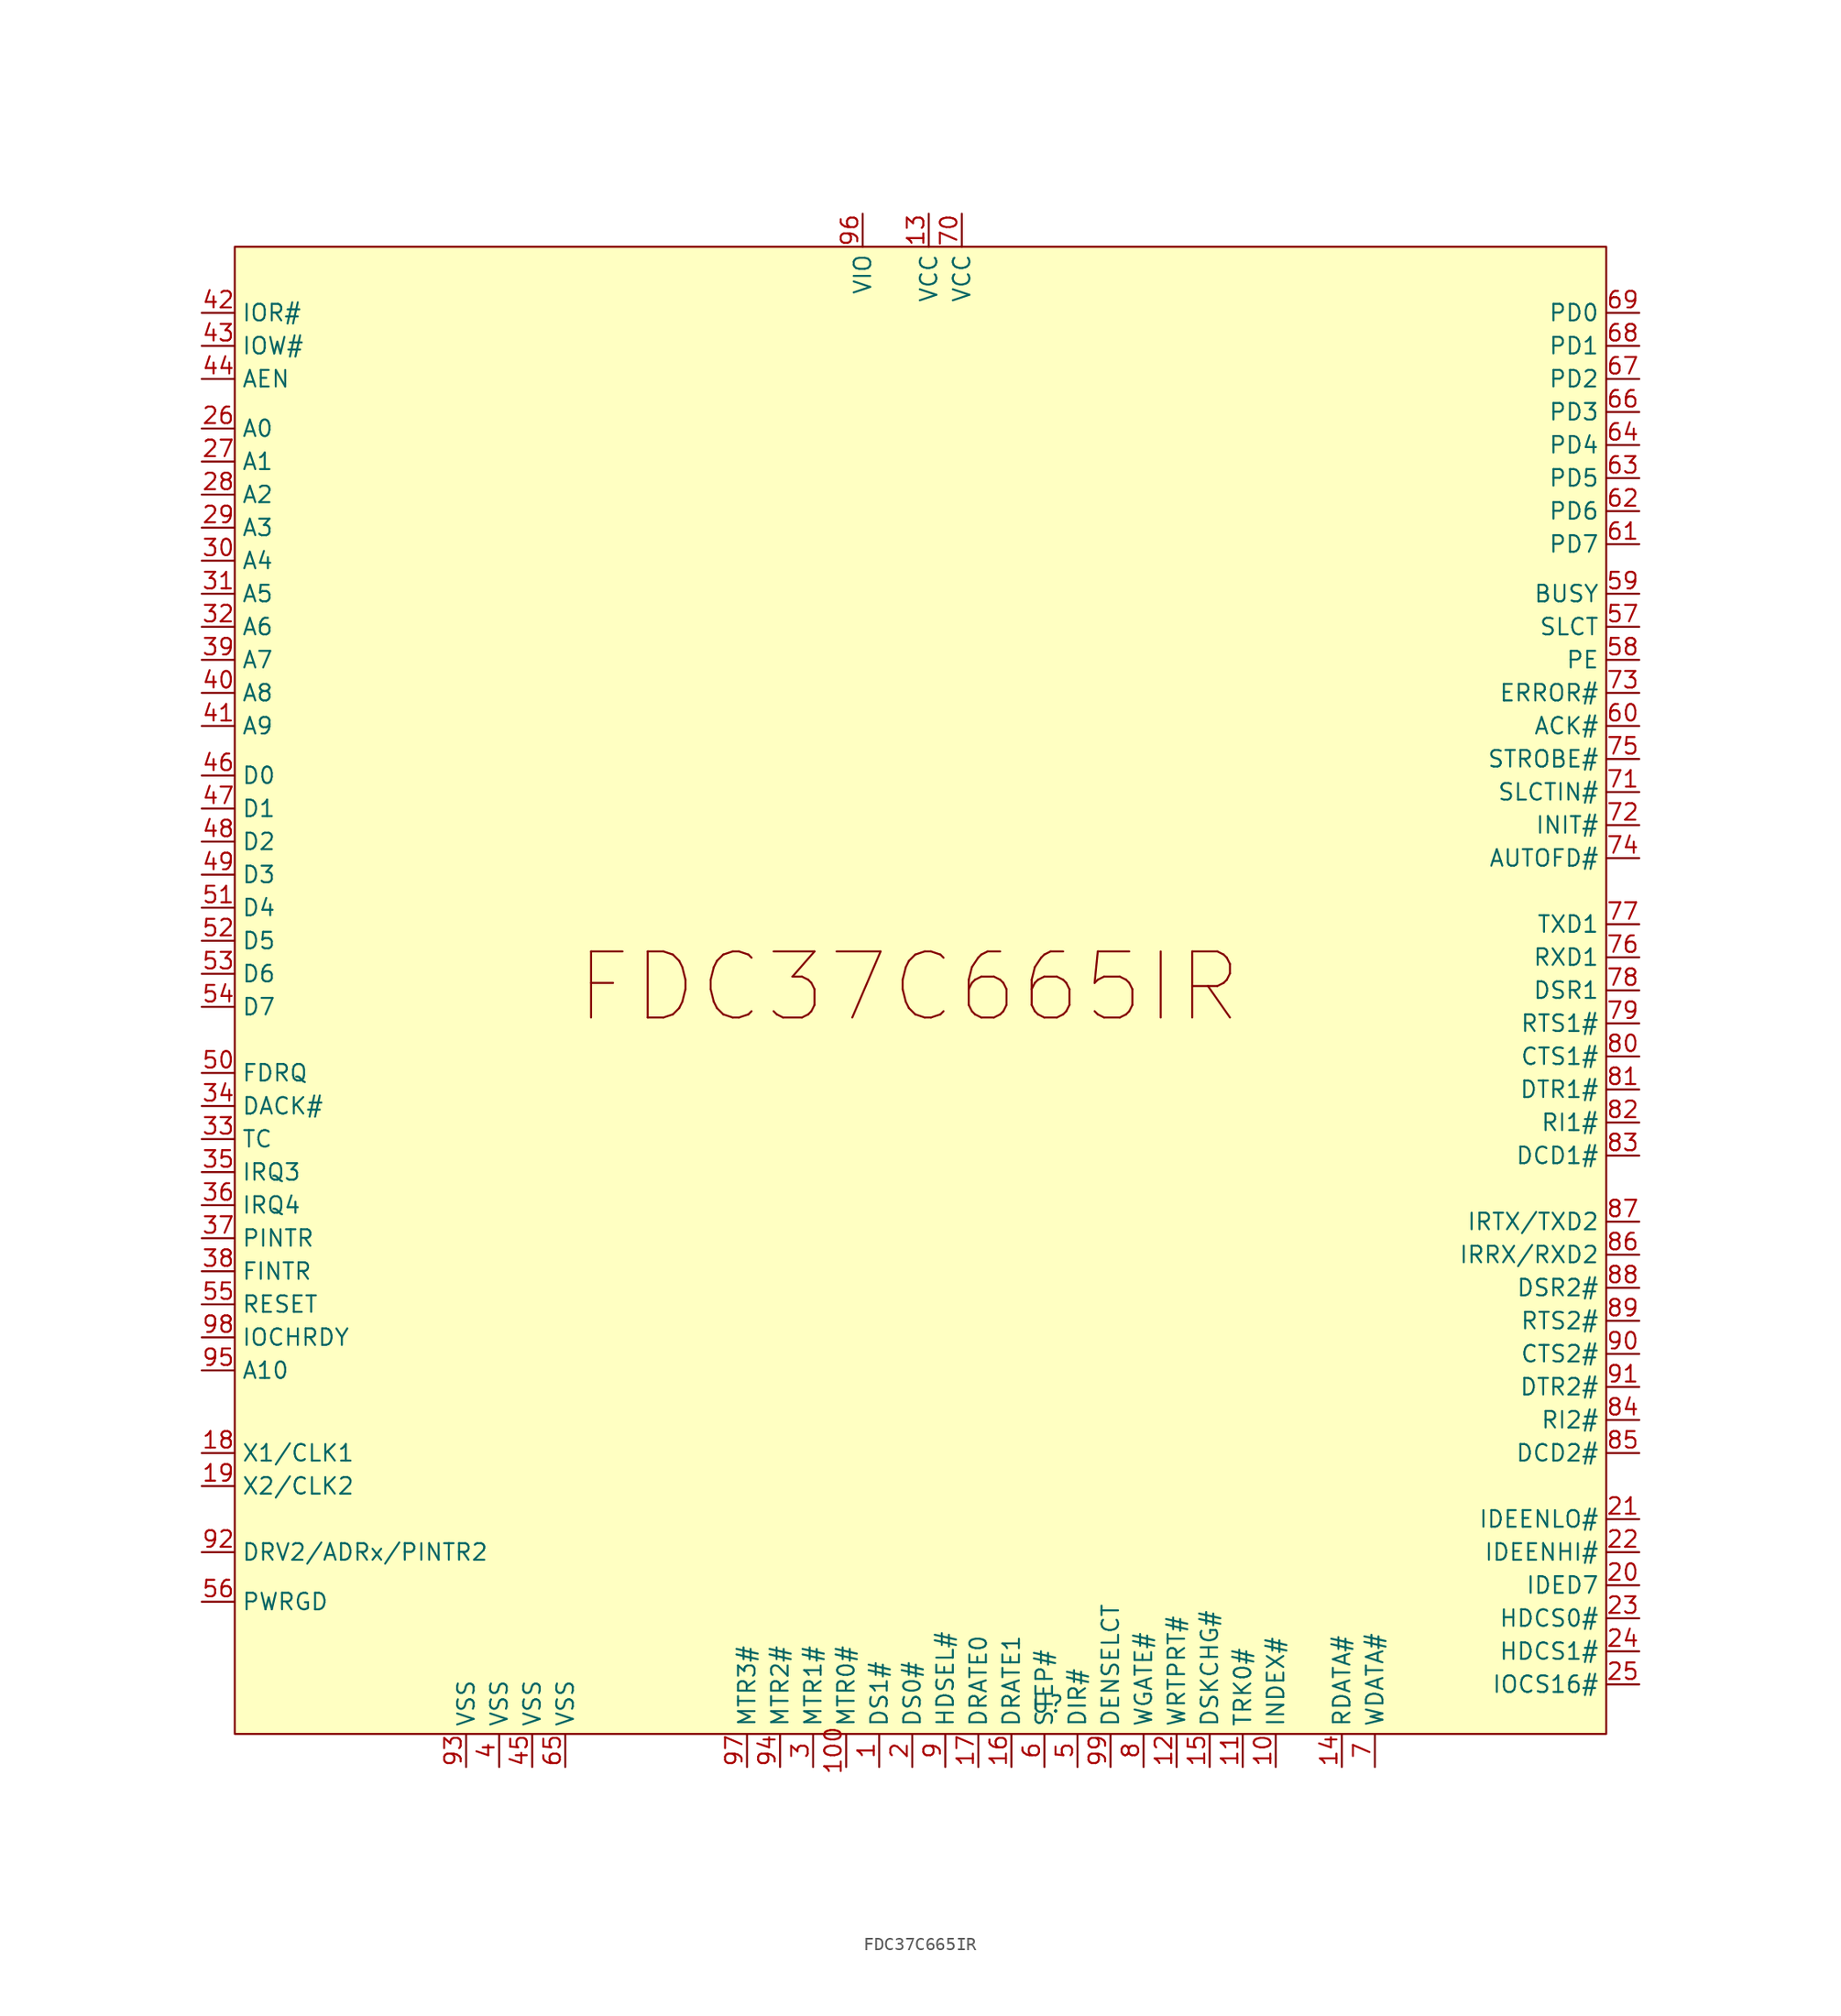
<source format=kicad_sym>
(kicad_symbol_lib
  (version 20241209)
  (generator "kicad_symbol_editor")
  (generator_version "9.0")
  (symbol "FDC37C665IR"
    (property "Reference" "U"
      (at 10.414 -54.864 0)
      (effects (font (size 1.27 1.27))))
    (property "Value" ""
      (at 0 0 0)
      (effects (font (size 1.27 1.27))))
    (symbol "FDC37C665IR_1_1"
      (rectangle (start -52.07 57.15) (end 53.34 -57.15) (stroke (width 0) (type solid)) (fill (type color) (color 255 255 194 1)))
      (text "FDC37C665IR" (at -0.254 0.254 0) (effects (font (size 5.08 5.08))))
      (pin input line (at -54.61 52.07 0) (length 2.54) (name "IOR#" (effects (font (size 1.27 1.27)))) (number "42" (effects (font (size 1.27 1.27)))))
      (pin input line (at -54.61 49.53 0) (length 2.54) (name "IOW#" (effects (font (size 1.27 1.27)))) (number "43" (effects (font (size 1.27 1.27)))))
      (pin input line (at -54.61 46.99 0) (length 2.54) (name "AEN" (effects (font (size 1.27 1.27)))) (number "44" (effects (font (size 1.27 1.27)))))
      (pin input line (at -54.61 43.18 0) (length 2.54) (name "A0" (effects (font (size 1.27 1.27)))) (number "26" (effects (font (size 1.27 1.27)))))
      (pin input line (at -54.61 40.64 0) (length 2.54) (name "A1" (effects (font (size 1.27 1.27)))) (number "27" (effects (font (size 1.27 1.27)))))
      (pin input line (at -54.61 38.1 0) (length 2.54) (name "A2" (effects (font (size 1.27 1.27)))) (number "28" (effects (font (size 1.27 1.27)))))
      (pin input line (at -54.61 35.56 0) (length 2.54) (name "A3" (effects (font (size 1.27 1.27)))) (number "29" (effects (font (size 1.27 1.27)))))
      (pin input line (at -54.61 33.02 0) (length 2.54) (name "A4" (effects (font (size 1.27 1.27)))) (number "30" (effects (font (size 1.27 1.27)))))
      (pin input line (at -54.61 30.48 0) (length 2.54) (name "A5" (effects (font (size 1.27 1.27)))) (number "31" (effects (font (size 1.27 1.27)))))
      (pin input line (at -54.61 27.94 0) (length 2.54) (name "A6" (effects (font (size 1.27 1.27)))) (number "32" (effects (font (size 1.27 1.27)))))
      (pin input line (at -54.61 25.4 0) (length 2.54) (name "A7" (effects (font (size 1.27 1.27)))) (number "39" (effects (font (size 1.27 1.27)))))
      (pin input line (at -54.61 22.86 0) (length 2.54) (name "A8" (effects (font (size 1.27 1.27)))) (number "40" (effects (font (size 1.27 1.27)))))
      (pin input line (at -54.61 20.32 0) (length 2.54) (name "A9" (effects (font (size 1.27 1.27)))) (number "41" (effects (font (size 1.27 1.27)))))
      (pin bidirectional line (at -54.61 16.51 0) (length 2.54) (name "D0" (effects (font (size 1.27 1.27)))) (number "46" (effects (font (size 1.27 1.27)))))
      (pin bidirectional line (at -54.61 13.97 0) (length 2.54) (name "D1" (effects (font (size 1.27 1.27)))) (number "47" (effects (font (size 1.27 1.27)))))
      (pin bidirectional line (at -54.61 11.43 0) (length 2.54) (name "D2" (effects (font (size 1.27 1.27)))) (number "48" (effects (font (size 1.27 1.27)))))
      (pin bidirectional line (at -54.61 8.89 0) (length 2.54) (name "D3" (effects (font (size 1.27 1.27)))) (number "49" (effects (font (size 1.27 1.27)))))
      (pin bidirectional line (at -54.61 6.35 0) (length 2.54) (name "D4" (effects (font (size 1.27 1.27)))) (number "51" (effects (font (size 1.27 1.27)))))
      (pin bidirectional line (at -54.61 3.81 0) (length 2.54) (name "D5" (effects (font (size 1.27 1.27)))) (number "52" (effects (font (size 1.27 1.27)))))
      (pin bidirectional line (at -54.61 1.27 0) (length 2.54) (name "D6" (effects (font (size 1.27 1.27)))) (number "53" (effects (font (size 1.27 1.27)))))
      (pin bidirectional line (at -54.61 -1.27 0) (length 2.54) (name "D7" (effects (font (size 1.27 1.27)))) (number "54" (effects (font (size 1.27 1.27)))))
      (pin output line (at -54.61 -6.35 0) (length 2.54) (name "FDRQ" (effects (font (size 1.27 1.27)))) (number "50" (effects (font (size 1.27 1.27)))))
      (pin input line (at -54.61 -8.89 0) (length 2.54) (name "DACK#" (effects (font (size 1.27 1.27)))) (number "34" (effects (font (size 1.27 1.27)))))
      (pin input line (at -54.61 -11.43 0) (length 2.54) (name "TC" (effects (font (size 1.27 1.27)))) (number "33" (effects (font (size 1.27 1.27)))))
      (pin input line (at -54.61 -13.97 0) (length 2.54) (name "IRQ3" (effects (font (size 1.27 1.27)))) (number "35" (effects (font (size 1.27 1.27)))))
      (pin input line (at -54.61 -16.51 0) (length 2.54) (name "IRQ4" (effects (font (size 1.27 1.27)))) (number "36" (effects (font (size 1.27 1.27)))))
      (pin input line (at -54.61 -19.05 0) (length 2.54) (name "PINTR" (effects (font (size 1.27 1.27)))) (number "37" (effects (font (size 1.27 1.27)))))
      (pin output line (at -54.61 -21.59 0) (length 2.54) (name "FINTR" (effects (font (size 1.27 1.27)))) (number "38" (effects (font (size 1.27 1.27)))))
      (pin input line (at -54.61 -24.13 0) (length 2.54) (name "RESET" (effects (font (size 1.27 1.27)))) (number "55" (effects (font (size 1.27 1.27)))))
      (pin input line (at -54.61 -26.67 0) (length 2.54) (name "IOCHRDY" (effects (font (size 1.27 1.27)))) (number "98" (effects (font (size 1.27 1.27)))))
      (pin input line (at -54.61 -29.21 0) (length 2.54) (name "A10" (effects (font (size 1.27 1.27)))) (number "95" (effects (font (size 1.27 1.27)))))
      (pin input line (at -54.61 -35.56 0) (length 2.54) (name "X1/CLK1" (effects (font (size 1.27 1.27)))) (number "18" (effects (font (size 1.27 1.27)))))
      (pin output line (at -54.61 -38.1 0) (length 2.54) (name "X2/CLK2" (effects (font (size 1.27 1.27)))) (number "19" (effects (font (size 1.27 1.27)))))
      (pin bidirectional line (at -54.61 -43.18 0) (length 2.54) (name "DRV2/ADRx/PINTR2" (effects (font (size 1.27 1.27)))) (number "92" (effects (font (size 1.27 1.27)))))
      (pin input line (at -54.61 -46.99 0) (length 2.54) (name "PWRGD" (effects (font (size 1.27 1.27)))) (number "56" (effects (font (size 1.27 1.27)))))
      (pin power_in line (at -34.29 -59.69 90) (length 2.54) (name "VSS" (effects (font (size 1.27 1.27)))) (number "93" (effects (font (size 1.27 1.27)))))
      (pin power_in line (at -31.75 -59.69 90) (length 2.54) (name "VSS" (effects (font (size 1.27 1.27)))) (number "4" (effects (font (size 1.27 1.27)))))
      (pin power_in line (at -29.21 -59.69 90) (length 2.54) (name "VSS" (effects (font (size 1.27 1.27)))) (number "45" (effects (font (size 1.27 1.27)))))
      (pin power_in line (at -26.67 -59.69 90) (length 2.54) (name "VSS" (effects (font (size 1.27 1.27)))) (number "65" (effects (font (size 1.27 1.27)))))
      (pin output line (at -12.7 -59.69 90) (length 2.54) (name "MTR3#" (effects (font (size 1.27 1.27)))) (number "97" (effects (font (size 1.27 1.27)))))
      (pin output line (at -10.16 -59.69 90) (length 2.54) (name "MTR2#" (effects (font (size 1.27 1.27)))) (number "94" (effects (font (size 1.27 1.27)))))
      (pin output line (at -7.62 -59.69 90) (length 2.54) (name "MTR1#" (effects (font (size 1.27 1.27)))) (number "3" (effects (font (size 1.27 1.27)))))
      (pin output line (at -5.08 -59.69 90) (length 2.54) (name "MTR0#" (effects (font (size 1.27 1.27)))) (number "100" (effects (font (size 1.27 1.27)))))
      (pin power_in line (at -3.81 59.69 270) (length 2.54) (name "VIO" (effects (font (size 1.27 1.27)))) (number "96" (effects (font (size 1.27 1.27)))))
      (pin output line (at -2.54 -59.69 90) (length 2.54) (name "DS1#" (effects (font (size 1.27 1.27)))) (number "1" (effects (font (size 1.27 1.27)))))
      (pin output line (at 0 -59.69 90) (length 2.54) (name "DS0#" (effects (font (size 1.27 1.27)))) (number "2" (effects (font (size 1.27 1.27)))))
      (pin power_in line (at 1.27 59.69 270) (length 2.54) (name "VCC" (effects (font (size 1.27 1.27)))) (number "13" (effects (font (size 1.27 1.27)))))
      (pin output line (at 2.54 -59.69 90) (length 2.54) (name "HDSEL#" (effects (font (size 1.27 1.27)))) (number "9" (effects (font (size 1.27 1.27)))))
      (pin power_in line (at 3.81 59.69 270) (length 2.54) (name "VCC" (effects (font (size 1.27 1.27)))) (number "70" (effects (font (size 1.27 1.27)))))
      (pin output line (at 5.08 -59.69 90) (length 2.54) (name "DRATE0" (effects (font (size 1.27 1.27)))) (number "17" (effects (font (size 1.27 1.27)))))
      (pin output line (at 7.62 -59.69 90) (length 2.54) (name "DRATE1" (effects (font (size 1.27 1.27)))) (number "16" (effects (font (size 1.27 1.27)))))
      (pin output line (at 10.16 -59.69 90) (length 2.54) (name "STEP#" (effects (font (size 1.27 1.27)))) (number "6" (effects (font (size 1.27 1.27)))))
      (pin output line (at 12.7 -59.69 90) (length 2.54) (name "DIR#" (effects (font (size 1.27 1.27)))) (number "5" (effects (font (size 1.27 1.27)))))
      (pin output line (at 15.24 -59.69 90) (length 2.54) (name "DENSELCT" (effects (font (size 1.27 1.27)))) (number "99" (effects (font (size 1.27 1.27)))))
      (pin output line (at 17.78 -59.69 90) (length 2.54) (name "WGATE#" (effects (font (size 1.27 1.27)))) (number "8" (effects (font (size 1.27 1.27)))))
      (pin input line (at 20.32 -59.69 90) (length 2.54) (name "WRTPRT#" (effects (font (size 1.27 1.27)))) (number "12" (effects (font (size 1.27 1.27)))))
      (pin input line (at 22.86 -59.69 90) (length 2.54) (name "DSKCHG#" (effects (font (size 1.27 1.27)))) (number "15" (effects (font (size 1.27 1.27)))))
      (pin input line (at 25.4 -59.69 90) (length 2.54) (name "TRK0#" (effects (font (size 1.27 1.27)))) (number "11" (effects (font (size 1.27 1.27)))))
      (pin input line (at 27.94 -59.69 90) (length 2.54) (name "INDEX#" (effects (font (size 1.27 1.27)))) (number "10" (effects (font (size 1.27 1.27)))))
      (pin input line (at 33.02 -59.69 90) (length 2.54) (name "RDATA#" (effects (font (size 1.27 1.27)))) (number "14" (effects (font (size 1.27 1.27)))))
      (pin output line (at 35.56 -59.69 90) (length 2.54) (name "WDATA#" (effects (font (size 1.27 1.27)))) (number "7" (effects (font (size 1.27 1.27)))))
      (pin bidirectional line (at 55.88 52.07 180) (length 2.54) (name "PD0" (effects (font (size 1.27 1.27)))) (number "69" (effects (font (size 1.27 1.27)))))
      (pin bidirectional line (at 55.88 49.53 180) (length 2.54) (name "PD1" (effects (font (size 1.27 1.27)))) (number "68" (effects (font (size 1.27 1.27)))))
      (pin bidirectional line (at 55.88 46.99 180) (length 2.54) (name "PD2" (effects (font (size 1.27 1.27)))) (number "67" (effects (font (size 1.27 1.27)))))
      (pin bidirectional line (at 55.88 44.45 180) (length 2.54) (name "PD3" (effects (font (size 1.27 1.27)))) (number "66" (effects (font (size 1.27 1.27)))))
      (pin bidirectional line (at 55.88 41.91 180) (length 2.54) (name "PD4" (effects (font (size 1.27 1.27)))) (number "64" (effects (font (size 1.27 1.27)))))
      (pin bidirectional line (at 55.88 39.37 180) (length 2.54) (name "PD5" (effects (font (size 1.27 1.27)))) (number "63" (effects (font (size 1.27 1.27)))))
      (pin bidirectional line (at 55.88 36.83 180) (length 2.54) (name "PD6" (effects (font (size 1.27 1.27)))) (number "62" (effects (font (size 1.27 1.27)))))
      (pin bidirectional line (at 55.88 34.29 180) (length 2.54) (name "PD7" (effects (font (size 1.27 1.27)))) (number "61" (effects (font (size 1.27 1.27)))))
      (pin input line (at 55.88 30.48 180) (length 2.54) (name "BUSY" (effects (font (size 1.27 1.27)))) (number "59" (effects (font (size 1.27 1.27)))))
      (pin input line (at 55.88 27.94 180) (length 2.54) (name "SLCT" (effects (font (size 1.27 1.27)))) (number "57" (effects (font (size 1.27 1.27)))))
      (pin input line (at 55.88 25.4 180) (length 2.54) (name "PE" (effects (font (size 1.27 1.27)))) (number "58" (effects (font (size 1.27 1.27)))))
      (pin input line (at 55.88 22.86 180) (length 2.54) (name "ERROR#" (effects (font (size 1.27 1.27)))) (number "73" (effects (font (size 1.27 1.27)))))
      (pin input line (at 55.88 20.32 180) (length 2.54) (name "ACK#" (effects (font (size 1.27 1.27)))) (number "60" (effects (font (size 1.27 1.27)))))
      (pin output line (at 55.88 17.78 180) (length 2.54) (name "STROBE#" (effects (font (size 1.27 1.27)))) (number "75" (effects (font (size 1.27 1.27)))))
      (pin output line (at 55.88 15.24 180) (length 2.54) (name "SLCTIN#" (effects (font (size 1.27 1.27)))) (number "71" (effects (font (size 1.27 1.27)))))
      (pin output line (at 55.88 12.7 180) (length 2.54) (name "INIT#" (effects (font (size 1.27 1.27)))) (number "72" (effects (font (size 1.27 1.27)))))
      (pin output line (at 55.88 10.16 180) (length 2.54) (name "AUTOFD#" (effects (font (size 1.27 1.27)))) (number "74" (effects (font (size 1.27 1.27)))))
      (pin output line (at 55.88 5.08 180) (length 2.54) (name "TXD1" (effects (font (size 1.27 1.27)))) (number "77" (effects (font (size 1.27 1.27)))))
      (pin input line (at 55.88 2.54 180) (length 2.54) (name "RXD1" (effects (font (size 1.27 1.27)))) (number "76" (effects (font (size 1.27 1.27)))))
      (pin input line (at 55.88 0 180) (length 2.54) (name "DSR1" (effects (font (size 1.27 1.27)))) (number "78" (effects (font (size 1.27 1.27)))))
      (pin output line (at 55.88 -2.54 180) (length 2.54) (name "RTS1#" (effects (font (size 1.27 1.27)))) (number "79" (effects (font (size 1.27 1.27)))))
      (pin input line (at 55.88 -5.08 180) (length 2.54) (name "CTS1#" (effects (font (size 1.27 1.27)))) (number "80" (effects (font (size 1.27 1.27)))))
      (pin output line (at 55.88 -7.62 180) (length 2.54) (name "DTR1#" (effects (font (size 1.27 1.27)))) (number "81" (effects (font (size 1.27 1.27)))))
      (pin input line (at 55.88 -10.16 180) (length 2.54) (name "RI1#" (effects (font (size 1.27 1.27)))) (number "82" (effects (font (size 1.27 1.27)))))
      (pin input line (at 55.88 -12.7 180) (length 2.54) (name "DCD1#" (effects (font (size 1.27 1.27)))) (number "83" (effects (font (size 1.27 1.27)))))
      (pin output line (at 55.88 -17.78 180) (length 2.54) (name "IRTX/TXD2" (effects (font (size 1.27 1.27)))) (number "87" (effects (font (size 1.27 1.27)))))
      (pin input line (at 55.88 -20.32 180) (length 2.54) (name "IRRX/RXD2" (effects (font (size 1.27 1.27)))) (number "86" (effects (font (size 1.27 1.27)))))
      (pin input line (at 55.88 -22.86 180) (length 2.54) (name "DSR2#" (effects (font (size 1.27 1.27)))) (number "88" (effects (font (size 1.27 1.27)))))
      (pin output line (at 55.88 -25.4 180) (length 2.54) (name "RTS2#" (effects (font (size 1.27 1.27)))) (number "89" (effects (font (size 1.27 1.27)))))
      (pin input line (at 55.88 -27.94 180) (length 2.54) (name "CTS2#" (effects (font (size 1.27 1.27)))) (number "90" (effects (font (size 1.27 1.27)))))
      (pin output line (at 55.88 -30.48 180) (length 2.54) (name "DTR2#" (effects (font (size 1.27 1.27)))) (number "91" (effects (font (size 1.27 1.27)))))
      (pin input line (at 55.88 -33.02 180) (length 2.54) (name "RI2#" (effects (font (size 1.27 1.27)))) (number "84" (effects (font (size 1.27 1.27)))))
      (pin input line (at 55.88 -35.56 180) (length 2.54) (name "DCD2#" (effects (font (size 1.27 1.27)))) (number "85" (effects (font (size 1.27 1.27)))))
      (pin output line (at 55.88 -40.64 180) (length 2.54) (name "IDEENLO#" (effects (font (size 1.27 1.27)))) (number "21" (effects (font (size 1.27 1.27)))))
      (pin output line (at 55.88 -43.18 180) (length 2.54) (name "IDEENHI#" (effects (font (size 1.27 1.27)))) (number "22" (effects (font (size 1.27 1.27)))))
      (pin bidirectional line (at 55.88 -45.72 180) (length 2.54) (name "IDED7" (effects (font (size 1.27 1.27)))) (number "20" (effects (font (size 1.27 1.27)))))
      (pin output line (at 55.88 -48.26 180) (length 2.54) (name "HDCS0#" (effects (font (size 1.27 1.27)))) (number "23" (effects (font (size 1.27 1.27)))))
      (pin output line (at 55.88 -50.8 180) (length 2.54) (name "HDCS1#" (effects (font (size 1.27 1.27)))) (number "24" (effects (font (size 1.27 1.27)))))
      (pin input line (at 55.88 -53.34 180) (length 2.54) (name "IOCS16#" (effects (font (size 1.27 1.27)))) (number "25" (effects (font (size 1.27 1.27))))))))
</source>
